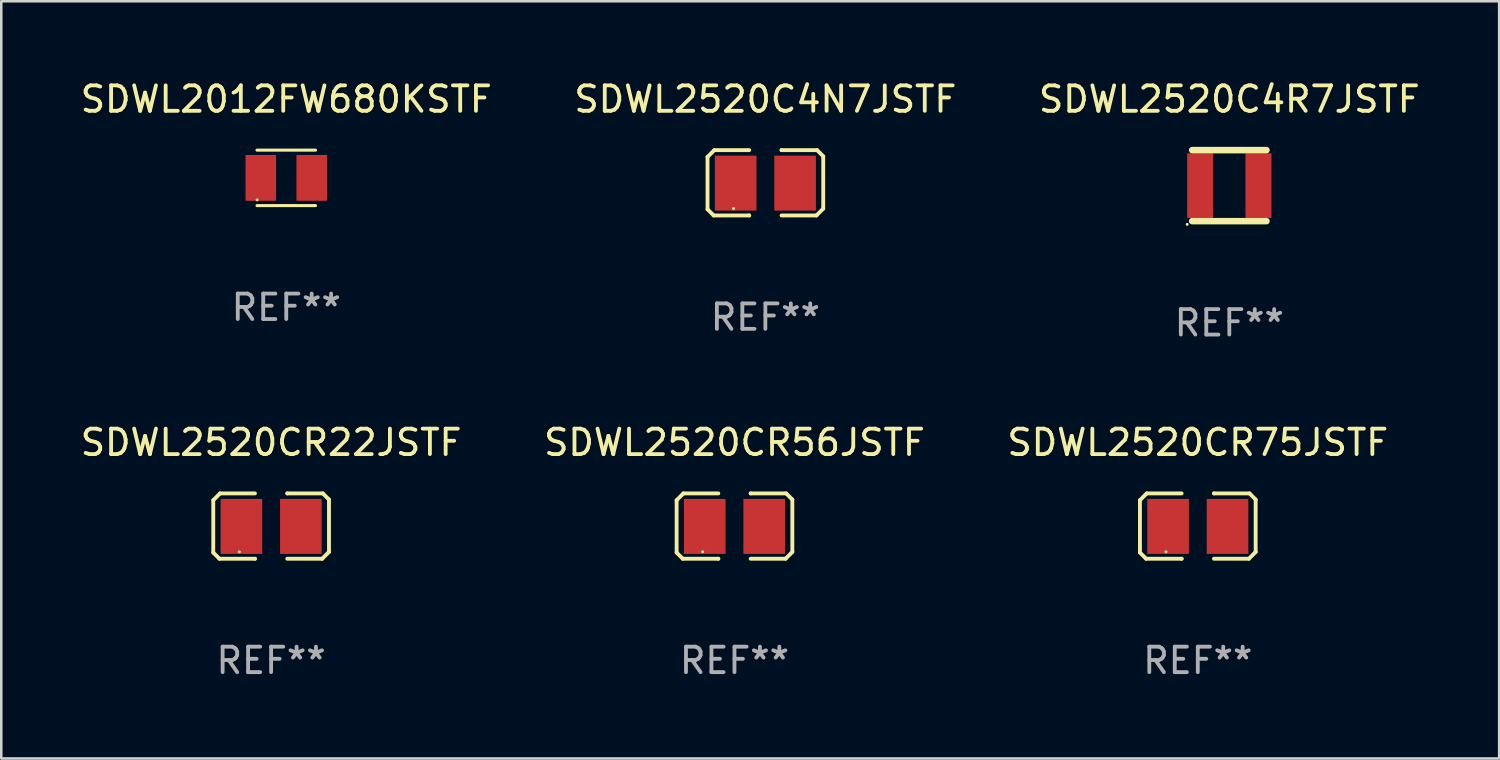
<source format=kicad_pcb>
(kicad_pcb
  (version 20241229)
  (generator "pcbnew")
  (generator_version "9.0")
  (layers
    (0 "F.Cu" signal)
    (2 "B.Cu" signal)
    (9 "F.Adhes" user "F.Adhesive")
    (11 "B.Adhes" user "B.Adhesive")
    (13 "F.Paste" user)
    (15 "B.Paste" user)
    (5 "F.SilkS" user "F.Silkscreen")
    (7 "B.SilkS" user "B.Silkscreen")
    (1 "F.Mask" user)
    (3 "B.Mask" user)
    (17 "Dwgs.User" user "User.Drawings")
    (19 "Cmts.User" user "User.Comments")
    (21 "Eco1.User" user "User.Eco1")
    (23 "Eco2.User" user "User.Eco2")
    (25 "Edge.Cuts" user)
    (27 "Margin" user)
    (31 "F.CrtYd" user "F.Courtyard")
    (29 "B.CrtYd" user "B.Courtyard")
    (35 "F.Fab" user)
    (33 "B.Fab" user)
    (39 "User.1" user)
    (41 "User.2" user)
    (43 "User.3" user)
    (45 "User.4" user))
  (footprint "SDWL2520CR22JSTF"
    (layer "F.Cu")
    (at 7.601 17.617)
    (property "Reference" "SDWL2520CR22JSTF" (at 0 -3.283 0) (layer "F.SilkS") (effects (font (size 1 1) (thickness 0.15))))
    (attr through_hole)
    (fp_line (start -2.273 -1.016) (end -2.007 -1.283) (stroke (width 0.152) (type solid)) (layer "F.SilkS"))
    (fp_line (start -2.273 1.041) (end -2.273 -1.016) (stroke (width 0.152) (type solid)) (layer "F.SilkS"))
    (fp_line (start -2.032 1.283) (end -2.273 1.041) (stroke (width 0.152) (type solid)) (layer "F.SilkS"))
    (fp_line (start -2.007 -1.283) (end -0.635 -1.283) (stroke (width 0.152) (type solid)) (layer "F.SilkS"))
    (fp_line (start -0.635 1.283) (end -2.032 1.283) (stroke (width 0.152) (type solid)) (layer "F.SilkS"))
    (fp_line (start -0.635 1.283) (end -0.635 1.283) (stroke (width 0.152) (type solid)) (layer "F.SilkS"))
    (fp_line (start 0.635 -1.283) (end 0.635 -1.283) (stroke (width 0.152) (type solid)) (layer "F.SilkS"))
    (fp_line (start 0.635 -1.283) (end 2.032 -1.283) (stroke (width 0.152) (type solid)) (layer "F.SilkS"))
    (fp_line (start 2.007 1.283) (end 0.635 1.283) (stroke (width 0.152) (type solid)) (layer "F.SilkS"))
    (fp_line (start 2.032 -1.283) (end 2.273 -1.041) (stroke (width 0.152) (type solid)) (layer "F.SilkS"))
    (fp_line (start 2.273 -1.041) (end 2.273 1.016) (stroke (width 0.152) (type solid)) (layer "F.SilkS"))
    (fp_line (start 2.273 1.016) (end 2.007 1.283) (stroke (width 0.152) (type solid)) (layer "F.SilkS"))
    (fp_circle (center -1.25 1.013) (end -1.22 1.013) (stroke (width 0.06) (type solid)) (fill no) (layer "F.SilkS"))
    (fp_text user "REF**" (at 0 5.283 0) (layer "F.Fab") (effects (font (size 1 1) (thickness 0.15))))
    (pad "1" smd rect (at -1.167 0.013) (size 1.635 2.16) (layers "F.Cu" "F.Mask" "F.Paste"))
    (pad "2" smd rect (at 1.168 0.013) (size 1.635 2.16) (layers "F.Cu" "F.Mask" "F.Paste")))
  (footprint "SDWL2520C4N7JSTF"
    (layer "F.Cu")
    (at 27.018 4.131)
    (property "Reference" "SDWL2520C4N7JSTF" (at 0 -3.283 0) (layer "F.SilkS") (effects (font (size 1 1) (thickness 0.15))))
    (attr through_hole)
    (fp_line (start -2.273 -1.016) (end -2.007 -1.283) (stroke (width 0.152) (type solid)) (layer "F.SilkS"))
    (fp_line (start -2.273 1.041) (end -2.273 -1.016) (stroke (width 0.152) (type solid)) (layer "F.SilkS"))
    (fp_line (start -2.032 1.283) (end -2.273 1.041) (stroke (width 0.152) (type solid)) (layer "F.SilkS"))
    (fp_line (start -2.007 -1.283) (end -0.635 -1.283) (stroke (width 0.152) (type solid)) (layer "F.SilkS"))
    (fp_line (start -0.635 1.283) (end -2.032 1.283) (stroke (width 0.152) (type solid)) (layer "F.SilkS"))
    (fp_line (start -0.635 1.283) (end -0.635 1.283) (stroke (width 0.152) (type solid)) (layer "F.SilkS"))
    (fp_line (start 0.635 -1.283) (end 0.635 -1.283) (stroke (width 0.152) (type solid)) (layer "F.SilkS"))
    (fp_line (start 0.635 -1.283) (end 2.032 -1.283) (stroke (width 0.152) (type solid)) (layer "F.SilkS"))
    (fp_line (start 2.007 1.283) (end 0.635 1.283) (stroke (width 0.152) (type solid)) (layer "F.SilkS"))
    (fp_line (start 2.032 -1.283) (end 2.273 -1.041) (stroke (width 0.152) (type solid)) (layer "F.SilkS"))
    (fp_line (start 2.273 -1.041) (end 2.273 1.016) (stroke (width 0.152) (type solid)) (layer "F.SilkS"))
    (fp_line (start 2.273 1.016) (end 2.007 1.283) (stroke (width 0.152) (type solid)) (layer "F.SilkS"))
    (fp_circle (center -1.25 1.013) (end -1.22 1.013) (stroke (width 0.06) (type solid)) (fill no) (layer "F.SilkS"))
    (fp_text user "REF**" (at 0 5.283 0) (layer "F.Fab") (effects (font (size 1 1) (thickness 0.15))))
    (pad "1" smd rect (at -1.167 0.013) (size 1.635 2.16) (layers "F.Cu" "F.Mask" "F.Paste"))
    (pad "2" smd rect (at 1.168 0.013) (size 1.635 2.16) (layers "F.Cu" "F.Mask" "F.Paste")))
  (footprint "SDWL2012FW680KSTF"
    (layer "F.Cu")
    (at 8.196 3.938)
    (property "Reference" "SDWL2012FW680KSTF" (at 0 -3.09 0) (layer "F.SilkS") (effects (font (size 1 1) (thickness 0.15))))
    (attr through_hole)
    (fp_line (start -1.15 1.09) (end 1.15 1.09) (stroke (width 0.12) (type solid)) (layer "F.SilkS"))
    (fp_line (start 1.15 -1.09) (end -1.15 -1.09) (stroke (width 0.12) (type solid)) (layer "F.SilkS"))
    (fp_circle (center -1.145 0.865) (end -1.115 0.865) (stroke (width 0.06) (type solid)) (fill no) (layer "F.SilkS"))
    (fp_text user "REF**" (at 0 5.09 0) (layer "F.Fab") (effects (font (size 1 1) (thickness 0.15))))
    (pad "1" smd rect (at -1 0 90) (size 1.8 1.2) (layers "F.Cu" "F.Mask" "F.Paste"))
    (pad "2" smd rect (at 1 0 90) (size 1.8 1.2) (layers "F.Cu" "F.Mask" "F.Paste")))
  (footprint "SDWL2520C4R7JSTF"
    (layer "F.Cu")
    (at 45.244 4.243)
    (property "Reference" "SDWL2520C4R7JSTF" (at 0 -3.395 0) (layer "F.SilkS") (effects (font (size 1 1) (thickness 0.15))))
    (attr through_hole)
    (fp_line (start -1.46 -1.395) (end 1.46 -1.395) (stroke (width 0.254) (type solid)) (layer "F.SilkS"))
    (fp_line (start -1.46 1.395) (end 1.46 1.395) (stroke (width 0.254) (type solid)) (layer "F.SilkS"))
    (fp_circle (center -1.655 1.522) (end -1.625 1.522) (stroke (width 0.06) (type solid)) (fill no) (layer "F.SilkS"))
    (fp_text user "REF**" (at 0 5.395 0) (layer "F.Fab") (effects (font (size 1 1) (thickness 0.15))))
    (pad "1" smd rect (at -1.145 0 90) (size 2.54 1.02) (layers "F.Cu" "F.Mask" "F.Paste"))
    (pad "2" smd rect (at 1.145 0 90) (size 2.54 1.02) (layers "F.Cu" "F.Mask" "F.Paste")))
  (footprint "SDWL2520CR75JSTF"
    (layer "F.Cu")
    (at 44.006 17.617)
    (property "Reference" "SDWL2520CR75JSTF" (at 0 -3.283 0) (layer "F.SilkS") (effects (font (size 1 1) (thickness 0.15))))
    (attr through_hole)
    (fp_line (start -2.273 -1.016) (end -2.007 -1.283) (stroke (width 0.152) (type solid)) (layer "F.SilkS"))
    (fp_line (start -2.273 1.041) (end -2.273 -1.016) (stroke (width 0.152) (type solid)) (layer "F.SilkS"))
    (fp_line (start -2.032 1.283) (end -2.273 1.041) (stroke (width 0.152) (type solid)) (layer "F.SilkS"))
    (fp_line (start -2.007 -1.283) (end -0.635 -1.283) (stroke (width 0.152) (type solid)) (layer "F.SilkS"))
    (fp_line (start -0.635 1.283) (end -2.032 1.283) (stroke (width 0.152) (type solid)) (layer "F.SilkS"))
    (fp_line (start -0.635 1.283) (end -0.635 1.283) (stroke (width 0.152) (type solid)) (layer "F.SilkS"))
    (fp_line (start 0.635 -1.283) (end 0.635 -1.283) (stroke (width 0.152) (type solid)) (layer "F.SilkS"))
    (fp_line (start 0.635 -1.283) (end 2.032 -1.283) (stroke (width 0.152) (type solid)) (layer "F.SilkS"))
    (fp_line (start 2.007 1.283) (end 0.635 1.283) (stroke (width 0.152) (type solid)) (layer "F.SilkS"))
    (fp_line (start 2.032 -1.283) (end 2.273 -1.041) (stroke (width 0.152) (type solid)) (layer "F.SilkS"))
    (fp_line (start 2.273 -1.041) (end 2.273 1.016) (stroke (width 0.152) (type solid)) (layer "F.SilkS"))
    (fp_line (start 2.273 1.016) (end 2.007 1.283) (stroke (width 0.152) (type solid)) (layer "F.SilkS"))
    (fp_circle (center -1.25 1.013) (end -1.22 1.013) (stroke (width 0.06) (type solid)) (fill no) (layer "F.SilkS"))
    (fp_text user "REF**" (at 0 5.283 0) (layer "F.Fab") (effects (font (size 1 1) (thickness 0.15))))
    (pad "1" smd rect (at -1.167 0.013) (size 1.635 2.16) (layers "F.Cu" "F.Mask" "F.Paste"))
    (pad "2" smd rect (at 1.168 0.013) (size 1.635 2.16) (layers "F.Cu" "F.Mask" "F.Paste")))
  (footprint "SDWL2520CR56JSTF"
    (layer "F.Cu")
    (at 25.804 17.617)
    (property "Reference" "SDWL2520CR56JSTF" (at 0 -3.283 0) (layer "F.SilkS") (effects (font (size 1 1) (thickness 0.15))))
    (attr through_hole)
    (fp_line (start -2.273 -1.016) (end -2.007 -1.283) (stroke (width 0.152) (type solid)) (layer "F.SilkS"))
    (fp_line (start -2.273 1.041) (end -2.273 -1.016) (stroke (width 0.152) (type solid)) (layer "F.SilkS"))
    (fp_line (start -2.032 1.283) (end -2.273 1.041) (stroke (width 0.152) (type solid)) (layer "F.SilkS"))
    (fp_line (start -2.007 -1.283) (end -0.635 -1.283) (stroke (width 0.152) (type solid)) (layer "F.SilkS"))
    (fp_line (start -0.635 1.283) (end -2.032 1.283) (stroke (width 0.152) (type solid)) (layer "F.SilkS"))
    (fp_line (start -0.635 1.283) (end -0.635 1.283) (stroke (width 0.152) (type solid)) (layer "F.SilkS"))
    (fp_line (start 0.635 -1.283) (end 0.635 -1.283) (stroke (width 0.152) (type solid)) (layer "F.SilkS"))
    (fp_line (start 0.635 -1.283) (end 2.032 -1.283) (stroke (width 0.152) (type solid)) (layer "F.SilkS"))
    (fp_line (start 2.007 1.283) (end 0.635 1.283) (stroke (width 0.152) (type solid)) (layer "F.SilkS"))
    (fp_line (start 2.032 -1.283) (end 2.273 -1.041) (stroke (width 0.152) (type solid)) (layer "F.SilkS"))
    (fp_line (start 2.273 -1.041) (end 2.273 1.016) (stroke (width 0.152) (type solid)) (layer "F.SilkS"))
    (fp_line (start 2.273 1.016) (end 2.007 1.283) (stroke (width 0.152) (type solid)) (layer "F.SilkS"))
    (fp_circle (center -1.25 1.013) (end -1.22 1.013) (stroke (width 0.06) (type solid)) (fill no) (layer "F.SilkS"))
    (fp_text user "REF**" (at 0 5.283 0) (layer "F.Fab") (effects (font (size 1 1) (thickness 0.15))))
    (pad "1" smd rect (at -1.167 0.013) (size 1.635 2.16) (layers "F.Cu" "F.Mask" "F.Paste"))
    (pad "2" smd rect (at 1.168 0.013) (size 1.635 2.16) (layers "F.Cu" "F.Mask" "F.Paste")))
  (gr_rect
    (start -3 -3)
    (end 55.845 26.748)
    (stroke (width 0.1) (type default))
    (fill no)
    (layer "Edge.Cuts")))
</source>
